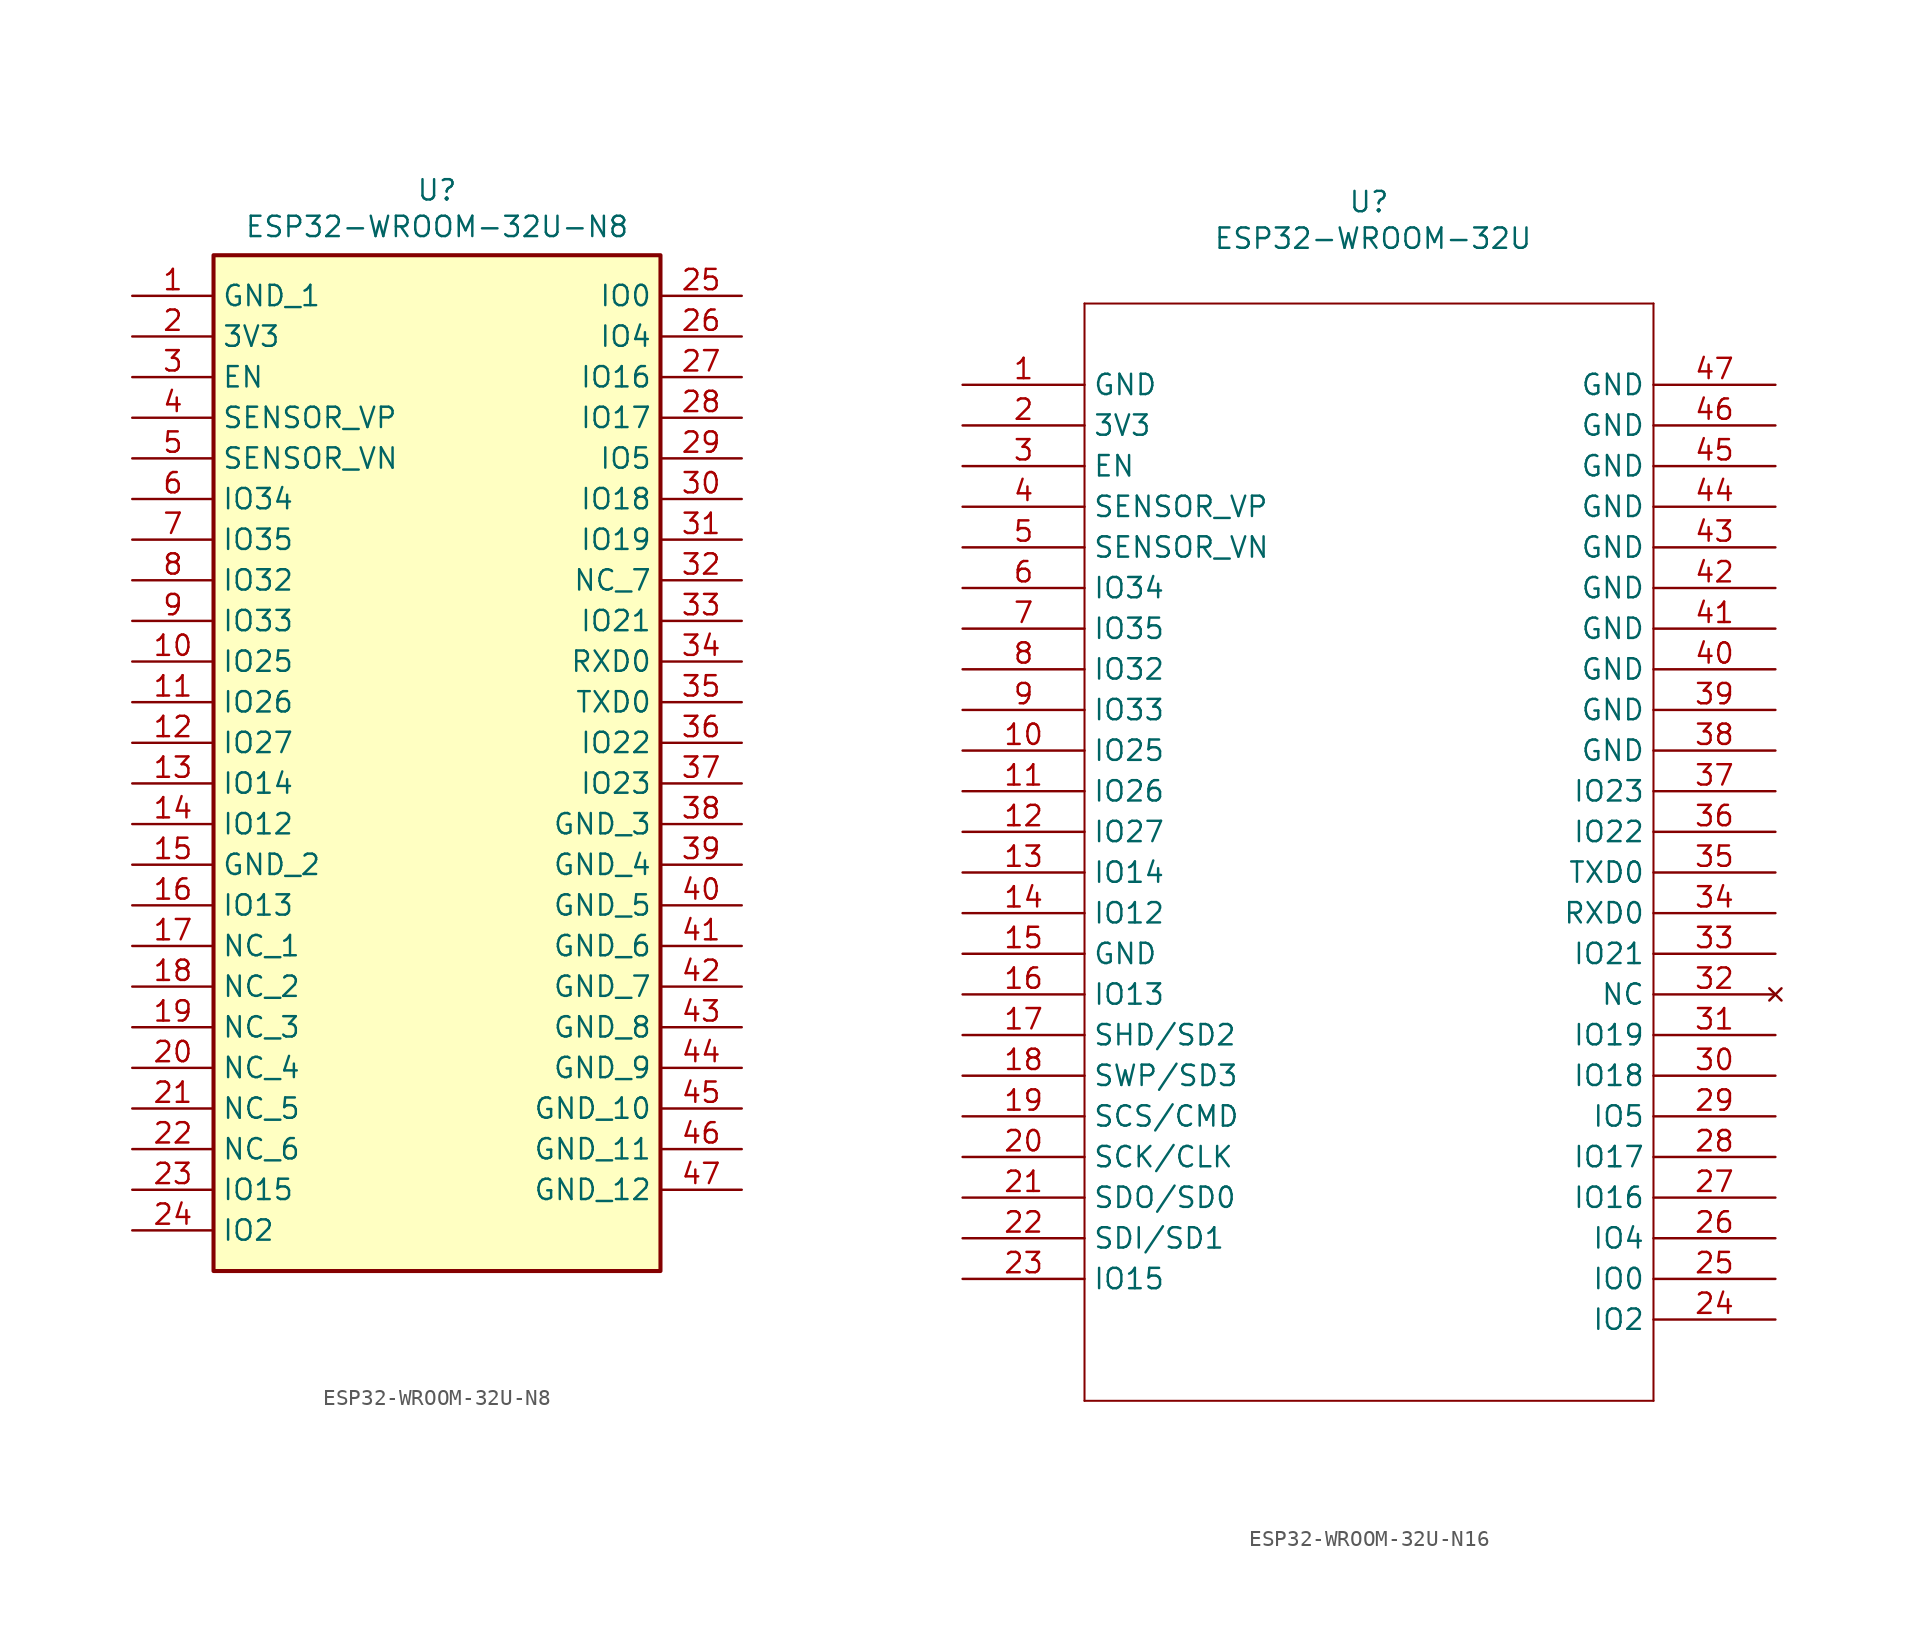
<source format=kicad_sym>
(kicad_symbol_lib
  (version 20231120)
  (generator "kicad_symbol_editor")
  (generator_version "8.0")
  (symbol "ESP32-WROOM-32U-N8"
    (property "Reference" "U"
      (at 0 38.354 0)
      (effects (font (size 1.27 1.27))))
    (property "Value" "ESP32-WROOM-32U-N8"
      (at 0 36.068 0)
      (effects (font (size 1.27 1.27))))
    (symbol "ESP32-WROOM-32U-N8_1_1"
      (rectangle (start -13.97 34.29) (end 13.97 -29.21) (stroke (width 0.254) (type default)) (fill (type background)))
      (pin passive line (at -19.05 31.75 0) (length 5.08) (name "GND_1" (effects (font (size 1.27 1.27)))) (number "1" (effects (font (size 1.27 1.27)))))
      (pin passive line (at -19.05 8.89 0) (length 5.08) (name "IO25" (effects (font (size 1.27 1.27)))) (number "10" (effects (font (size 1.27 1.27)))))
      (pin passive line (at -19.05 6.35 0) (length 5.08) (name "IO26" (effects (font (size 1.27 1.27)))) (number "11" (effects (font (size 1.27 1.27)))))
      (pin passive line (at -19.05 3.81 0) (length 5.08) (name "IO27" (effects (font (size 1.27 1.27)))) (number "12" (effects (font (size 1.27 1.27)))))
      (pin passive line (at -19.05 1.27 0) (length 5.08) (name "IO14" (effects (font (size 1.27 1.27)))) (number "13" (effects (font (size 1.27 1.27)))))
      (pin passive line (at -19.05 -1.27 0) (length 5.08) (name "IO12" (effects (font (size 1.27 1.27)))) (number "14" (effects (font (size 1.27 1.27)))))
      (pin passive line (at -19.05 -3.81 0) (length 5.08) (name "GND_2" (effects (font (size 1.27 1.27)))) (number "15" (effects (font (size 1.27 1.27)))))
      (pin passive line (at -19.05 -6.35 0) (length 5.08) (name "IO13" (effects (font (size 1.27 1.27)))) (number "16" (effects (font (size 1.27 1.27)))))
      (pin passive line (at -19.05 -8.89 0) (length 5.08) (name "NC_1" (effects (font (size 1.27 1.27)))) (number "17" (effects (font (size 1.27 1.27)))))
      (pin passive line (at -19.05 -11.43 0) (length 5.08) (name "NC_2" (effects (font (size 1.27 1.27)))) (number "18" (effects (font (size 1.27 1.27)))))
      (pin passive line (at -19.05 -13.97 0) (length 5.08) (name "NC_3" (effects (font (size 1.27 1.27)))) (number "19" (effects (font (size 1.27 1.27)))))
      (pin passive line (at -19.05 29.21 0) (length 5.08) (name "3V3" (effects (font (size 1.27 1.27)))) (number "2" (effects (font (size 1.27 1.27)))))
      (pin passive line (at -19.05 -16.51 0) (length 5.08) (name "NC_4" (effects (font (size 1.27 1.27)))) (number "20" (effects (font (size 1.27 1.27)))))
      (pin passive line (at -19.05 -19.05 0) (length 5.08) (name "NC_5" (effects (font (size 1.27 1.27)))) (number "21" (effects (font (size 1.27 1.27)))))
      (pin passive line (at -19.05 -21.59 0) (length 5.08) (name "NC_6" (effects (font (size 1.27 1.27)))) (number "22" (effects (font (size 1.27 1.27)))))
      (pin passive line (at -19.05 -24.13 0) (length 5.08) (name "IO15" (effects (font (size 1.27 1.27)))) (number "23" (effects (font (size 1.27 1.27)))))
      (pin passive line (at -19.05 -26.67 0) (length 5.08) (name "IO2" (effects (font (size 1.27 1.27)))) (number "24" (effects (font (size 1.27 1.27)))))
      (pin passive line (at 19.05 31.75 180) (length 5.08) (name "IO0" (effects (font (size 1.27 1.27)))) (number "25" (effects (font (size 1.27 1.27)))))
      (pin passive line (at 19.05 29.21 180) (length 5.08) (name "IO4" (effects (font (size 1.27 1.27)))) (number "26" (effects (font (size 1.27 1.27)))))
      (pin passive line (at 19.05 26.67 180) (length 5.08) (name "IO16" (effects (font (size 1.27 1.27)))) (number "27" (effects (font (size 1.27 1.27)))))
      (pin passive line (at 19.05 24.13 180) (length 5.08) (name "IO17" (effects (font (size 1.27 1.27)))) (number "28" (effects (font (size 1.27 1.27)))))
      (pin passive line (at 19.05 21.59 180) (length 5.08) (name "IO5" (effects (font (size 1.27 1.27)))) (number "29" (effects (font (size 1.27 1.27)))))
      (pin passive line (at -19.05 26.67 0) (length 5.08) (name "EN" (effects (font (size 1.27 1.27)))) (number "3" (effects (font (size 1.27 1.27)))))
      (pin passive line (at 19.05 19.05 180) (length 5.08) (name "IO18" (effects (font (size 1.27 1.27)))) (number "30" (effects (font (size 1.27 1.27)))))
      (pin passive line (at 19.05 16.51 180) (length 5.08) (name "IO19" (effects (font (size 1.27 1.27)))) (number "31" (effects (font (size 1.27 1.27)))))
      (pin passive line (at 19.05 13.97 180) (length 5.08) (name "NC_7" (effects (font (size 1.27 1.27)))) (number "32" (effects (font (size 1.27 1.27)))))
      (pin passive line (at 19.05 11.43 180) (length 5.08) (name "IO21" (effects (font (size 1.27 1.27)))) (number "33" (effects (font (size 1.27 1.27)))))
      (pin passive line (at 19.05 8.89 180) (length 5.08) (name "RXD0" (effects (font (size 1.27 1.27)))) (number "34" (effects (font (size 1.27 1.27)))))
      (pin passive line (at 19.05 6.35 180) (length 5.08) (name "TXD0" (effects (font (size 1.27 1.27)))) (number "35" (effects (font (size 1.27 1.27)))))
      (pin passive line (at 19.05 3.81 180) (length 5.08) (name "IO22" (effects (font (size 1.27 1.27)))) (number "36" (effects (font (size 1.27 1.27)))))
      (pin passive line (at 19.05 1.27 180) (length 5.08) (name "IO23" (effects (font (size 1.27 1.27)))) (number "37" (effects (font (size 1.27 1.27)))))
      (pin passive line (at 19.05 -1.27 180) (length 5.08) (name "GND_3" (effects (font (size 1.27 1.27)))) (number "38" (effects (font (size 1.27 1.27)))))
      (pin passive line (at 19.05 -3.81 180) (length 5.08) (name "GND_4" (effects (font (size 1.27 1.27)))) (number "39" (effects (font (size 1.27 1.27)))))
      (pin passive line (at -19.05 24.13 0) (length 5.08) (name "SENSOR_VP" (effects (font (size 1.27 1.27)))) (number "4" (effects (font (size 1.27 1.27)))))
      (pin passive line (at 19.05 -6.35 180) (length 5.08) (name "GND_5" (effects (font (size 1.27 1.27)))) (number "40" (effects (font (size 1.27 1.27)))))
      (pin passive line (at 19.05 -8.89 180) (length 5.08) (name "GND_6" (effects (font (size 1.27 1.27)))) (number "41" (effects (font (size 1.27 1.27)))))
      (pin passive line (at 19.05 -11.43 180) (length 5.08) (name "GND_7" (effects (font (size 1.27 1.27)))) (number "42" (effects (font (size 1.27 1.27)))))
      (pin passive line (at 19.05 -13.97 180) (length 5.08) (name "GND_8" (effects (font (size 1.27 1.27)))) (number "43" (effects (font (size 1.27 1.27)))))
      (pin passive line (at 19.05 -16.51 180) (length 5.08) (name "GND_9" (effects (font (size 1.27 1.27)))) (number "44" (effects (font (size 1.27 1.27)))))
      (pin passive line (at 19.05 -19.05 180) (length 5.08) (name "GND_10" (effects (font (size 1.27 1.27)))) (number "45" (effects (font (size 1.27 1.27)))))
      (pin passive line (at 19.05 -21.59 180) (length 5.08) (name "GND_11" (effects (font (size 1.27 1.27)))) (number "46" (effects (font (size 1.27 1.27)))))
      (pin passive line (at 19.05 -24.13 180) (length 5.08) (name "GND_12" (effects (font (size 1.27 1.27)))) (number "47" (effects (font (size 1.27 1.27)))))
      (pin passive line (at -19.05 21.59 0) (length 5.08) (name "SENSOR_VN" (effects (font (size 1.27 1.27)))) (number "5" (effects (font (size 1.27 1.27)))))
      (pin passive line (at -19.05 19.05 0) (length 5.08) (name "IO34" (effects (font (size 1.27 1.27)))) (number "6" (effects (font (size 1.27 1.27)))))
      (pin passive line (at -19.05 16.51 0) (length 5.08) (name "IO35" (effects (font (size 1.27 1.27)))) (number "7" (effects (font (size 1.27 1.27)))))
      (pin passive line (at -19.05 13.97 0) (length 5.08) (name "IO32" (effects (font (size 1.27 1.27)))) (number "8" (effects (font (size 1.27 1.27)))))
      (pin passive line (at -19.05 11.43 0) (length 5.08) (name "IO33" (effects (font (size 1.27 1.27)))) (number "9" (effects (font (size 1.27 1.27)))))))
  (symbol "ESP32-WROOM-32U-N16"
    (property "Reference" "U"
      (at 0 39.37 0)
      (effects (font (size 1.27 1.27))))
    (property "Value" "ESP32-WROOM-32U"
      (at 0.254 37.084 0)
      (effects (font (size 1.27 1.27))))
    (symbol "ESP32-WROOM-32U-N16_1_1"
      (polyline (pts (xy -17.78 -35.56) (xy 17.78 -35.56)) (stroke (width 0.127) (type default)) (fill (type none)))
      (polyline (pts (xy -17.78 33.02) (xy -17.78 -35.56)) (stroke (width 0.127) (type default)) (fill (type none)))
      (polyline (pts (xy 17.78 -35.56) (xy 17.78 33.02)) (stroke (width 0.127) (type default)) (fill (type none)))
      (polyline (pts (xy 17.78 33.02) (xy -17.78 33.02)) (stroke (width 0.127) (type default)) (fill (type none)))
      (pin power_out line (at -25.4 27.94 0) (length 7.62) (name "GND" (effects (font (size 1.27 1.27)))) (number "1" (effects (font (size 1.27 1.27)))))
      (pin bidirectional line (at -25.4 5.08 0) (length 7.62) (name "IO25" (effects (font (size 1.27 1.27)))) (number "10" (effects (font (size 1.27 1.27)))))
      (pin bidirectional line (at -25.4 2.54 0) (length 7.62) (name "IO26" (effects (font (size 1.27 1.27)))) (number "11" (effects (font (size 1.27 1.27)))))
      (pin bidirectional line (at -25.4 0 0) (length 7.62) (name "IO27" (effects (font (size 1.27 1.27)))) (number "12" (effects (font (size 1.27 1.27)))))
      (pin bidirectional line (at -25.4 -2.54 0) (length 7.62) (name "IO14" (effects (font (size 1.27 1.27)))) (number "13" (effects (font (size 1.27 1.27)))))
      (pin bidirectional line (at -25.4 -5.08 0) (length 7.62) (name "IO12" (effects (font (size 1.27 1.27)))) (number "14" (effects (font (size 1.27 1.27)))))
      (pin power_out line (at -25.4 -7.62 0) (length 7.62) (name "GND" (effects (font (size 1.27 1.27)))) (number "15" (effects (font (size 1.27 1.27)))))
      (pin bidirectional line (at -25.4 -10.16 0) (length 7.62) (name "IO13" (effects (font (size 1.27 1.27)))) (number "16" (effects (font (size 1.27 1.27)))))
      (pin bidirectional line (at -25.4 -12.7 0) (length 7.62) (name "SHD/SD2" (effects (font (size 1.27 1.27)))) (number "17" (effects (font (size 1.27 1.27)))))
      (pin bidirectional line (at -25.4 -15.24 0) (length 7.62) (name "SWP/SD3" (effects (font (size 1.27 1.27)))) (number "18" (effects (font (size 1.27 1.27)))))
      (pin bidirectional line (at -25.4 -17.78 0) (length 7.62) (name "SCS/CMD" (effects (font (size 1.27 1.27)))) (number "19" (effects (font (size 1.27 1.27)))))
      (pin power_in line (at -25.4 25.4 0) (length 7.62) (name "3V3" (effects (font (size 1.27 1.27)))) (number "2" (effects (font (size 1.27 1.27)))))
      (pin bidirectional line (at -25.4 -20.32 0) (length 7.62) (name "SCK/CLK" (effects (font (size 1.27 1.27)))) (number "20" (effects (font (size 1.27 1.27)))))
      (pin bidirectional line (at -25.4 -22.86 0) (length 7.62) (name "SDO/SD0" (effects (font (size 1.27 1.27)))) (number "21" (effects (font (size 1.27 1.27)))))
      (pin bidirectional line (at -25.4 -25.4 0) (length 7.62) (name "SDI/SD1" (effects (font (size 1.27 1.27)))) (number "22" (effects (font (size 1.27 1.27)))))
      (pin bidirectional line (at -25.4 -27.94 0) (length 7.62) (name "IO15" (effects (font (size 1.27 1.27)))) (number "23" (effects (font (size 1.27 1.27)))))
      (pin bidirectional line (at 25.4 -30.48 180) (length 7.62) (name "IO2" (effects (font (size 1.27 1.27)))) (number "24" (effects (font (size 1.27 1.27)))))
      (pin bidirectional line (at 25.4 -27.94 180) (length 7.62) (name "IO0" (effects (font (size 1.27 1.27)))) (number "25" (effects (font (size 1.27 1.27)))))
      (pin bidirectional line (at 25.4 -25.4 180) (length 7.62) (name "IO4" (effects (font (size 1.27 1.27)))) (number "26" (effects (font (size 1.27 1.27)))))
      (pin bidirectional line (at 25.4 -22.86 180) (length 7.62) (name "IO16" (effects (font (size 1.27 1.27)))) (number "27" (effects (font (size 1.27 1.27)))))
      (pin bidirectional line (at 25.4 -20.32 180) (length 7.62) (name "IO17" (effects (font (size 1.27 1.27)))) (number "28" (effects (font (size 1.27 1.27)))))
      (pin bidirectional line (at 25.4 -17.78 180) (length 7.62) (name "IO5" (effects (font (size 1.27 1.27)))) (number "29" (effects (font (size 1.27 1.27)))))
      (pin input line (at -25.4 22.86 0) (length 7.62) (name "EN" (effects (font (size 1.27 1.27)))) (number "3" (effects (font (size 1.27 1.27)))))
      (pin bidirectional line (at 25.4 -15.24 180) (length 7.62) (name "IO18" (effects (font (size 1.27 1.27)))) (number "30" (effects (font (size 1.27 1.27)))))
      (pin bidirectional line (at 25.4 -12.7 180) (length 7.62) (name "IO19" (effects (font (size 1.27 1.27)))) (number "31" (effects (font (size 1.27 1.27)))))
      (pin no_connect line (at 25.4 -10.16 180) (length 7.62) (name "NC" (effects (font (size 1.27 1.27)))) (number "32" (effects (font (size 1.27 1.27)))))
      (pin bidirectional line (at 25.4 -7.62 180) (length 7.62) (name "IO21" (effects (font (size 1.27 1.27)))) (number "33" (effects (font (size 1.27 1.27)))))
      (pin bidirectional line (at 25.4 -5.08 180) (length 7.62) (name "RXD0" (effects (font (size 1.27 1.27)))) (number "34" (effects (font (size 1.27 1.27)))))
      (pin bidirectional line (at 25.4 -2.54 180) (length 7.62) (name "TXD0" (effects (font (size 1.27 1.27)))) (number "35" (effects (font (size 1.27 1.27)))))
      (pin bidirectional line (at 25.4 0 180) (length 7.62) (name "IO22" (effects (font (size 1.27 1.27)))) (number "36" (effects (font (size 1.27 1.27)))))
      (pin bidirectional line (at 25.4 2.54 180) (length 7.62) (name "IO23" (effects (font (size 1.27 1.27)))) (number "37" (effects (font (size 1.27 1.27)))))
      (pin power_out line (at 25.4 5.08 180) (length 7.62) (name "GND" (effects (font (size 1.27 1.27)))) (number "38" (effects (font (size 1.27 1.27)))))
      (pin power_out line (at 25.4 7.62 180) (length 7.62) (name "GND" (effects (font (size 1.27 1.27)))) (number "39" (effects (font (size 1.27 1.27)))))
      (pin input line (at -25.4 20.32 0) (length 7.62) (name "SENSOR_VP" (effects (font (size 1.27 1.27)))) (number "4" (effects (font (size 1.27 1.27)))))
      (pin power_out line (at 25.4 10.16 180) (length 7.62) (name "GND" (effects (font (size 1.27 1.27)))) (number "40" (effects (font (size 1.27 1.27)))))
      (pin power_out line (at 25.4 12.7 180) (length 7.62) (name "GND" (effects (font (size 1.27 1.27)))) (number "41" (effects (font (size 1.27 1.27)))))
      (pin power_out line (at 25.4 15.24 180) (length 7.62) (name "GND" (effects (font (size 1.27 1.27)))) (number "42" (effects (font (size 1.27 1.27)))))
      (pin power_out line (at 25.4 17.78 180) (length 7.62) (name "GND" (effects (font (size 1.27 1.27)))) (number "43" (effects (font (size 1.27 1.27)))))
      (pin power_out line (at 25.4 20.32 180) (length 7.62) (name "GND" (effects (font (size 1.27 1.27)))) (number "44" (effects (font (size 1.27 1.27)))))
      (pin power_out line (at 25.4 22.86 180) (length 7.62) (name "GND" (effects (font (size 1.27 1.27)))) (number "45" (effects (font (size 1.27 1.27)))))
      (pin power_out line (at 25.4 25.4 180) (length 7.62) (name "GND" (effects (font (size 1.27 1.27)))) (number "46" (effects (font (size 1.27 1.27)))))
      (pin power_out line (at 25.4 27.94 180) (length 7.62) (name "GND" (effects (font (size 1.27 1.27)))) (number "47" (effects (font (size 1.27 1.27)))))
      (pin input line (at -25.4 17.78 0) (length 7.62) (name "SENSOR_VN" (effects (font (size 1.27 1.27)))) (number "5" (effects (font (size 1.27 1.27)))))
      (pin input line (at -25.4 15.24 0) (length 7.62) (name "IO34" (effects (font (size 1.27 1.27)))) (number "6" (effects (font (size 1.27 1.27)))))
      (pin input line (at -25.4 12.7 0) (length 7.62) (name "IO35" (effects (font (size 1.27 1.27)))) (number "7" (effects (font (size 1.27 1.27)))))
      (pin bidirectional line (at -25.4 10.16 0) (length 7.62) (name "IO32" (effects (font (size 1.27 1.27)))) (number "8" (effects (font (size 1.27 1.27)))))
      (pin bidirectional line (at -25.4 7.62 0) (length 7.62) (name "IO33" (effects (font (size 1.27 1.27)))) (number "9" (effects (font (size 1.27 1.27))))))))
</source>
